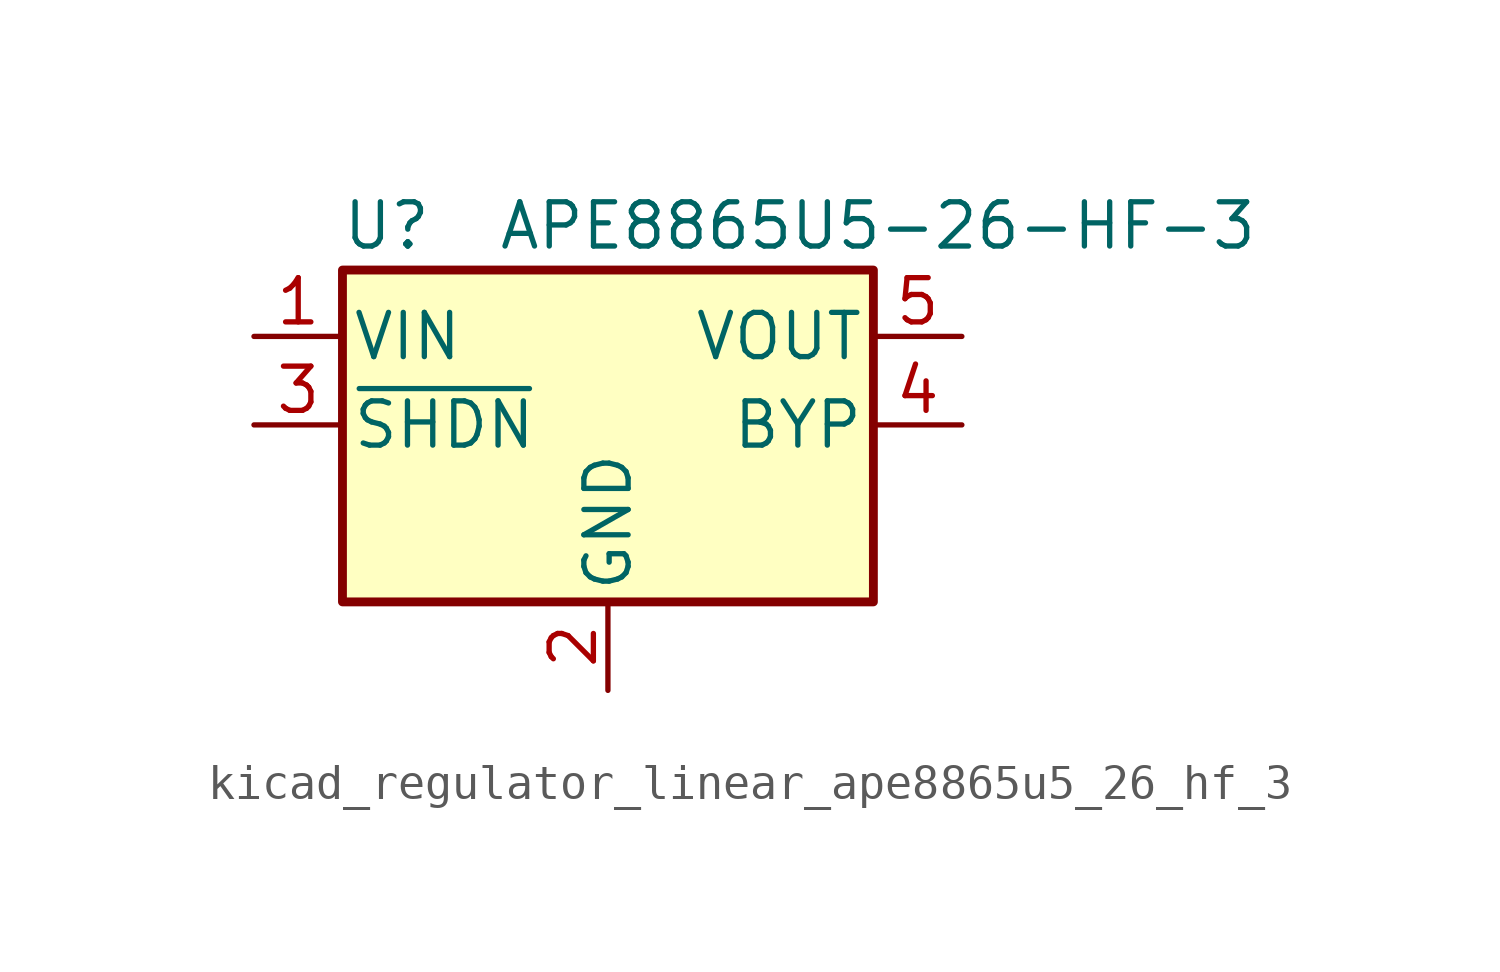
<source format=kicad_sym>
(kicad_symbol_lib
  (version 20220914)
  (generator kicad_symbol_editor)
  (symbol "kicad_regulator_linear_ape8865u5_26_hf_3"
    (pin_names
      (offset 0.254))
    (property "Reference" "U"
      (at -6.35 5.715 0)
      (effects (font (size 1.27 1.27))))
    (property "Value" "APE8865U5-26-HF-3"
      (at -3.175 5.715 0)
      (effects (font (size 1.27 1.27)) (justify left)))
    (symbol "kicad_regulator_linear_ape8865u5_26_hf_3_0_1"
      (rectangle (start -7.62 4.445) (end 7.62 -5.08) (stroke (width 0.254) (type default)) (fill (type background))))
    (symbol "kicad_regulator_linear_ape8865u5_26_hf_3_1_1"
      (pin power_in line (at -10.16 2.54 0) (length 2.54) (name "VIN" (effects (font (size 1.27 1.27)))) (number "1" (effects (font (size 1.27 1.27)))))
      (pin power_in line (at 0 -7.62 90) (length 2.54) (name "GND" (effects (font (size 1.27 1.27)))) (number "2" (effects (font (size 1.27 1.27)))))
      (pin input line (at -10.16 0 0) (length 2.54) (name "~{SHDN}" (effects (font (size 1.27 1.27)))) (number "3" (effects (font (size 1.27 1.27)))))
      (pin input line (at 10.16 0 180) (length 2.54) (name "BYP" (effects (font (size 1.27 1.27)))) (number "4" (effects (font (size 1.27 1.27)))))
      (pin power_out line (at 10.16 2.54 180) (length 2.54) (name "VOUT" (effects (font (size 1.27 1.27)))) (number "5" (effects (font (size 1.27 1.27))))))))
</source>
